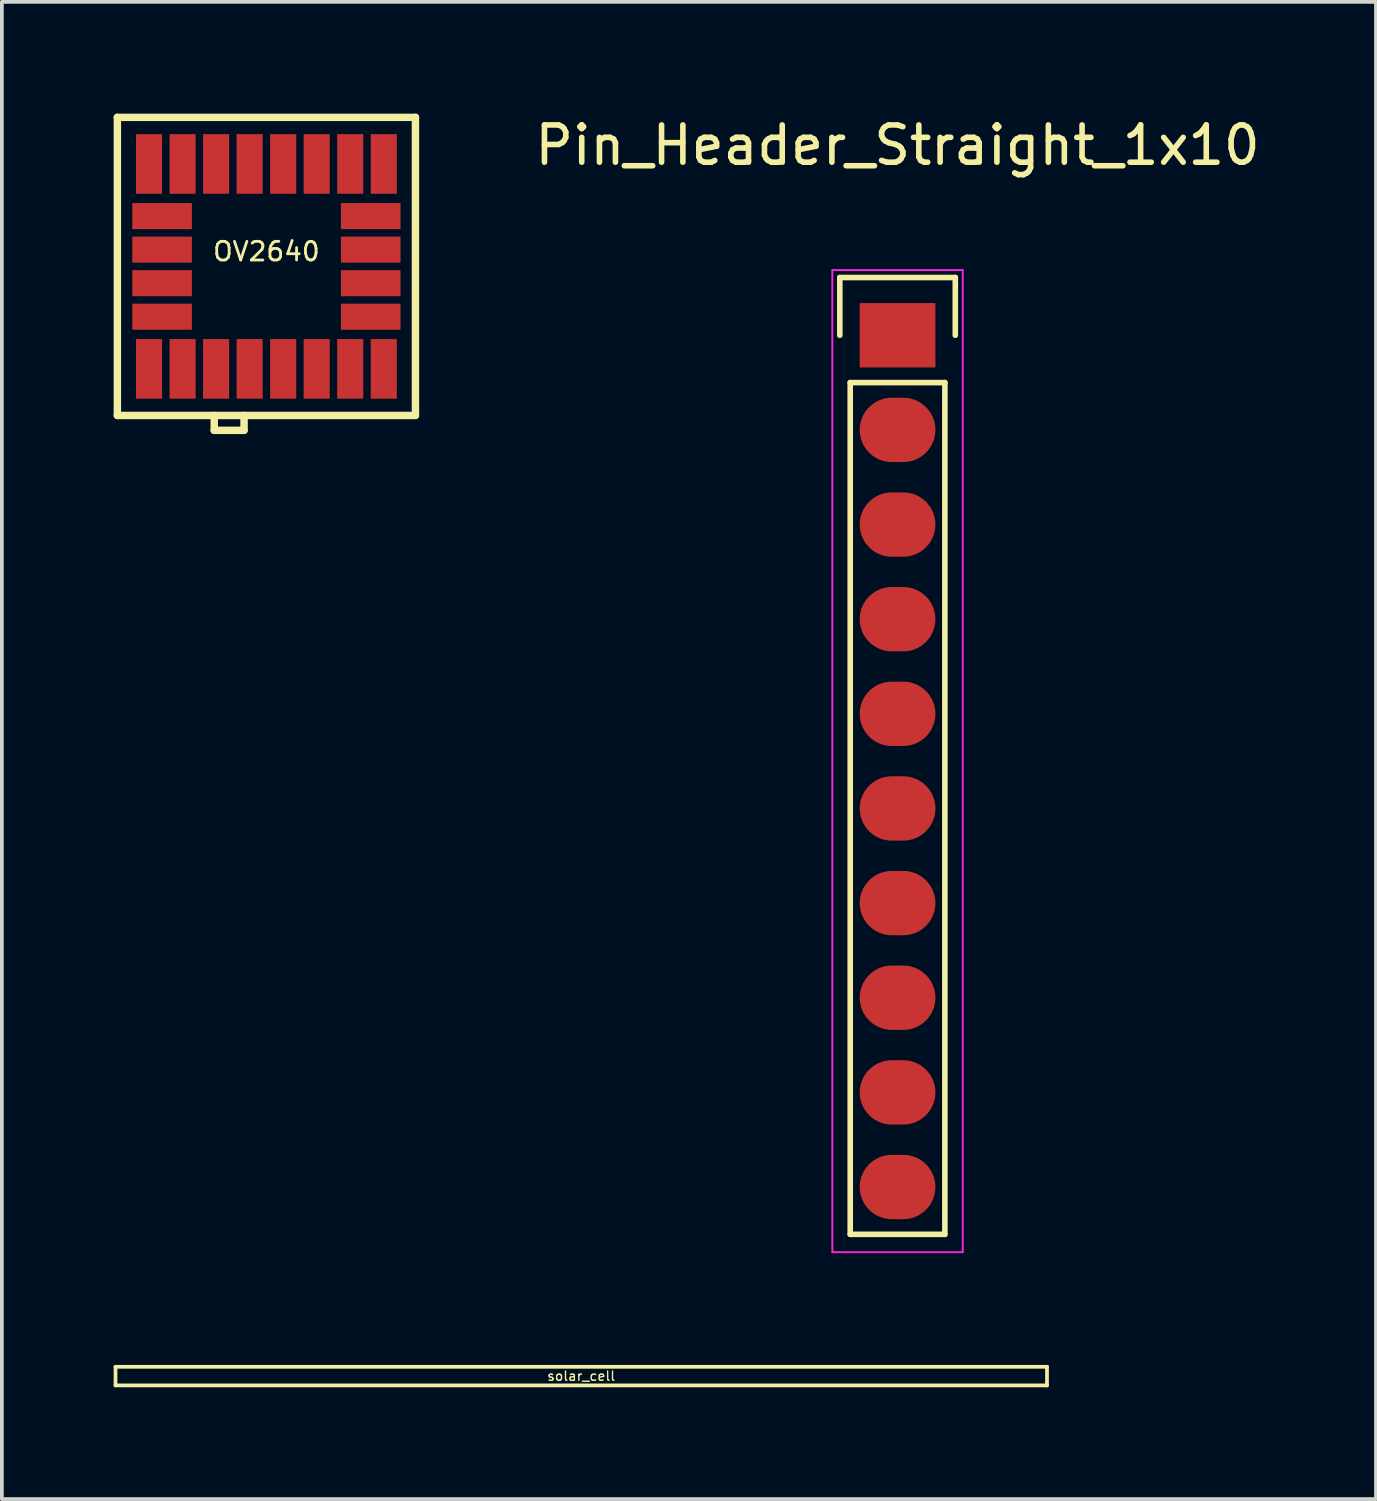
<source format=kicad_pcb>
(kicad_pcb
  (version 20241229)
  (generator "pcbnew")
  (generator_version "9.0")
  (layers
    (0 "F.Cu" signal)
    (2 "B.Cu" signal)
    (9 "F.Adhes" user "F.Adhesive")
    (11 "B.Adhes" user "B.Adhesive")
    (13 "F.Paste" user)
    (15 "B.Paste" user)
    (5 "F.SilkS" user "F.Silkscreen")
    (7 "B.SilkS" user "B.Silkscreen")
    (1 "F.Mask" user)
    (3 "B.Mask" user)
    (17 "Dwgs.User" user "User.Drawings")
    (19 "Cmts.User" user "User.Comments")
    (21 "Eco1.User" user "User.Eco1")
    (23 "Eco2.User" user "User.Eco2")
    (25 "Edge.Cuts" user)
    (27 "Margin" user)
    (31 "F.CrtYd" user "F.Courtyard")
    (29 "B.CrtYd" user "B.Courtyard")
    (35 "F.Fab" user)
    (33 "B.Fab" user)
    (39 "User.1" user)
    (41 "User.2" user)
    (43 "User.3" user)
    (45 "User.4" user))
  (footprint "solar_cell"
    (layer "F.Cu")
    (at 12.55 33.883)
    (property "Reference" "solar_cell" (at 0 0 0) (layer "F.SilkS") (effects (font (size 0.25 0.25) (thickness 0.037))))
    (attr through_hole)
    (fp_line (start -12.5 -0.25) (end -12.5 0.25) (stroke (width 0.1) (type solid)) (layer "F.SilkS"))
    (fp_line (start -12.5 0.25) (end 12.5 0.25) (stroke (width 0.1) (type solid)) (layer "F.SilkS"))
    (fp_line (start 12.5 -0.25) (end -12.5 -0.25) (stroke (width 0.1) (type solid)) (layer "F.SilkS"))
    (fp_line (start 12.5 0.25) (end 12.5 -0.25) (stroke (width 0.1) (type solid)) (layer "F.SilkS")))
  (footprint "Pin_Header_Straight_1x10"
    (layer "F.Cu")
    (at 21.039 5.948)
    (property "Reference" "Pin_Header_Straight_1x10" (at 0 -5.1 0) (layer "F.SilkS") (effects (font (size 1 1) (thickness 0.15))))
    (attr through_hole)
    (fp_line (start -1.55 -1.55) (end 1.55 -1.55) (stroke (width 0.15) (type solid)) (layer "F.SilkS"))
    (fp_line (start -1.55 0) (end -1.55 -1.55) (stroke (width 0.15) (type solid)) (layer "F.SilkS"))
    (fp_line (start -1.27 24.13) (end -1.27 1.27) (stroke (width 0.15) (type solid)) (layer "F.SilkS"))
    (fp_line (start 1.27 1.27) (end -1.27 1.27) (stroke (width 0.15) (type solid)) (layer "F.SilkS"))
    (fp_line (start 1.27 1.27) (end 1.27 24.13) (stroke (width 0.15) (type solid)) (layer "F.SilkS"))
    (fp_line (start 1.27 24.13) (end -1.27 24.13) (stroke (width 0.15) (type solid)) (layer "F.SilkS"))
    (fp_line (start 1.55 -1.55) (end 1.55 0) (stroke (width 0.15) (type solid)) (layer "F.SilkS"))
    (fp_line (start -1.75 -1.75) (end -1.75 24.61) (stroke (width 0.05) (type solid)) (layer "F.CrtYd"))
    (fp_line (start -1.75 -1.75) (end 1.75 -1.75) (stroke (width 0.05) (type solid)) (layer "F.CrtYd"))
    (fp_line (start -1.75 24.61) (end 1.75 24.61) (stroke (width 0.05) (type solid)) (layer "F.CrtYd"))
    (fp_line (start 1.75 -1.75) (end 1.75 24.61) (stroke (width 0.05) (type solid)) (layer "F.CrtYd"))
    (pad "1" smd rect (at 0 0) (size 2.032 1.727) (layers "F.Cu" "F.Mask" "F.Paste"))
    (pad "2" smd oval (at 0 2.54) (size 2.032 1.727) (layers "F.Cu" "F.Mask" "F.Paste"))
    (pad "3" smd oval (at 0 5.08) (size 2.032 1.727) (layers "F.Cu" "F.Mask" "F.Paste"))
    (pad "4" smd oval (at 0 7.62) (size 2.032 1.727) (layers "F.Cu" "F.Mask" "F.Paste"))
    (pad "5" smd oval (at 0 10.16) (size 2.032 1.727) (layers "F.Cu" "F.Mask" "F.Paste"))
    (pad "6" smd oval (at 0 12.7) (size 2.032 1.727) (layers "F.Cu" "F.Mask" "F.Paste"))
    (pad "7" smd oval (at 0 15.24) (size 2.032 1.727) (layers "F.Cu" "F.Mask" "F.Paste"))
    (pad "8" smd oval (at 0 17.78) (size 2.032 1.727) (layers "F.Cu" "F.Mask" "F.Paste"))
    (pad "9" smd oval (at 0 20.32) (size 2.032 1.727) (layers "F.Cu" "F.Mask" "F.Paste"))
    (pad "10" smd oval (at 0 22.86) (size 2.032 1.727) (layers "F.Cu" "F.Mask" "F.Paste")))
  (footprint "OV2640"
    (layer "F.Cu")
    (at 4.1 4.1)
    (property "Reference" "OV2640" (at 0 -0.4 0) (layer "F.SilkS") (effects (font (size 0.5 0.5) (thickness 0.075))))
    (attr through_hole)
    (fp_line (start -4 -4) (end 4 -4) (stroke (width 0.2) (type solid)) (layer "F.SilkS"))
    (fp_line (start -4 4) (end -4 -4) (stroke (width 0.2) (type solid)) (layer "F.SilkS"))
    (fp_line (start -1.4 4.4) (end -1.4 4) (stroke (width 0.2) (type solid)) (layer "F.SilkS"))
    (fp_line (start -0.6 4) (end -0.6 4.4) (stroke (width 0.2) (type solid)) (layer "F.SilkS"))
    (fp_line (start -0.6 4.4) (end -1.4 4.4) (stroke (width 0.2) (type solid)) (layer "F.SilkS"))
    (fp_line (start 4 -4) (end 4 4) (stroke (width 0.2) (type solid)) (layer "F.SilkS"))
    (fp_line (start 4 4) (end -4 4) (stroke (width 0.2) (type solid)) (layer "F.SilkS"))
    (pad "1" smd rect (at 3.15 -2.75) (size 0.7 1.6) (layers "F.Cu" "F.Mask" "F.Paste"))
    (pad "2" smd rect (at 2.25 -2.75) (size 0.7 1.6) (layers "F.Cu" "F.Mask" "F.Paste"))
    (pad "3" smd rect (at 1.35 -2.75) (size 0.7 1.6) (layers "F.Cu" "F.Mask" "F.Paste"))
    (pad "4" smd rect (at 0.45 -2.75) (size 0.7 1.6) (layers "F.Cu" "F.Mask" "F.Paste"))
    (pad "5" smd rect (at -0.45 -2.75) (size 0.7 1.6) (layers "F.Cu" "F.Mask" "F.Paste"))
    (pad "6" smd rect (at -1.35 -2.75) (size 0.7 1.6) (layers "F.Cu" "F.Mask" "F.Paste"))
    (pad "7" smd rect (at -2.25 -2.75) (size 0.7 1.6) (layers "F.Cu" "F.Mask" "F.Paste"))
    (pad "8" smd rect (at -3.15 -2.75) (size 0.7 1.6) (layers "F.Cu" "F.Mask" "F.Paste"))
    (pad "9" smd rect (at -2.8 -1.35 90) (size 0.7 1.6) (layers "F.Cu" "F.Mask" "F.Paste"))
    (pad "10" smd rect (at -2.8 -0.45 90) (size 0.7 1.6) (layers "F.Cu" "F.Mask" "F.Paste"))
    (pad "11" smd rect (at -2.8 0.45 90) (size 0.7 1.6) (layers "F.Cu" "F.Mask" "F.Paste"))
    (pad "12" smd rect (at -2.8 1.35 90) (size 0.7 1.6) (layers "F.Cu" "F.Mask" "F.Paste"))
    (pad "13" smd rect (at -3.15 2.75) (size 0.7 1.6) (layers "F.Cu" "F.Mask" "F.Paste"))
    (pad "14" smd rect (at -2.25 2.75) (size 0.7 1.6) (layers "F.Cu" "F.Mask" "F.Paste"))
    (pad "15" smd rect (at -1.35 2.75) (size 0.7 1.6) (layers "F.Cu" "F.Mask" "F.Paste"))
    (pad "16" smd rect (at -0.45 2.75) (size 0.7 1.6) (layers "F.Cu" "F.Mask" "F.Paste"))
    (pad "17" smd rect (at 0.45 2.75) (size 0.7 1.6) (layers "F.Cu" "F.Mask" "F.Paste"))
    (pad "18" smd rect (at 1.35 2.75) (size 0.7 1.6) (layers "F.Cu" "F.Mask" "F.Paste"))
    (pad "19" smd rect (at 2.25 2.75) (size 0.7 1.6) (layers "F.Cu" "F.Mask" "F.Paste"))
    (pad "20" smd rect (at 3.15 2.75) (size 0.7 1.6) (layers "F.Cu" "F.Mask" "F.Paste"))
    (pad "21" smd rect (at 2.8 1.35 90) (size 0.7 1.6) (layers "F.Cu" "F.Mask" "F.Paste"))
    (pad "22" smd rect (at 2.8 0.45 90) (size 0.7 1.6) (layers "F.Cu" "F.Mask" "F.Paste"))
    (pad "23" smd rect (at 2.8 -0.45 90) (size 0.7 1.6) (layers "F.Cu" "F.Mask" "F.Paste"))
    (pad "24" smd rect (at 2.8 -1.35 90) (size 0.7 1.6) (layers "F.Cu" "F.Mask" "F.Paste")))
  (gr_rect
    (start -3 -3)
    (end 33.879 37.183)
    (stroke (width 0.1) (type default))
    (fill no)
    (layer "Edge.Cuts")))
</source>
